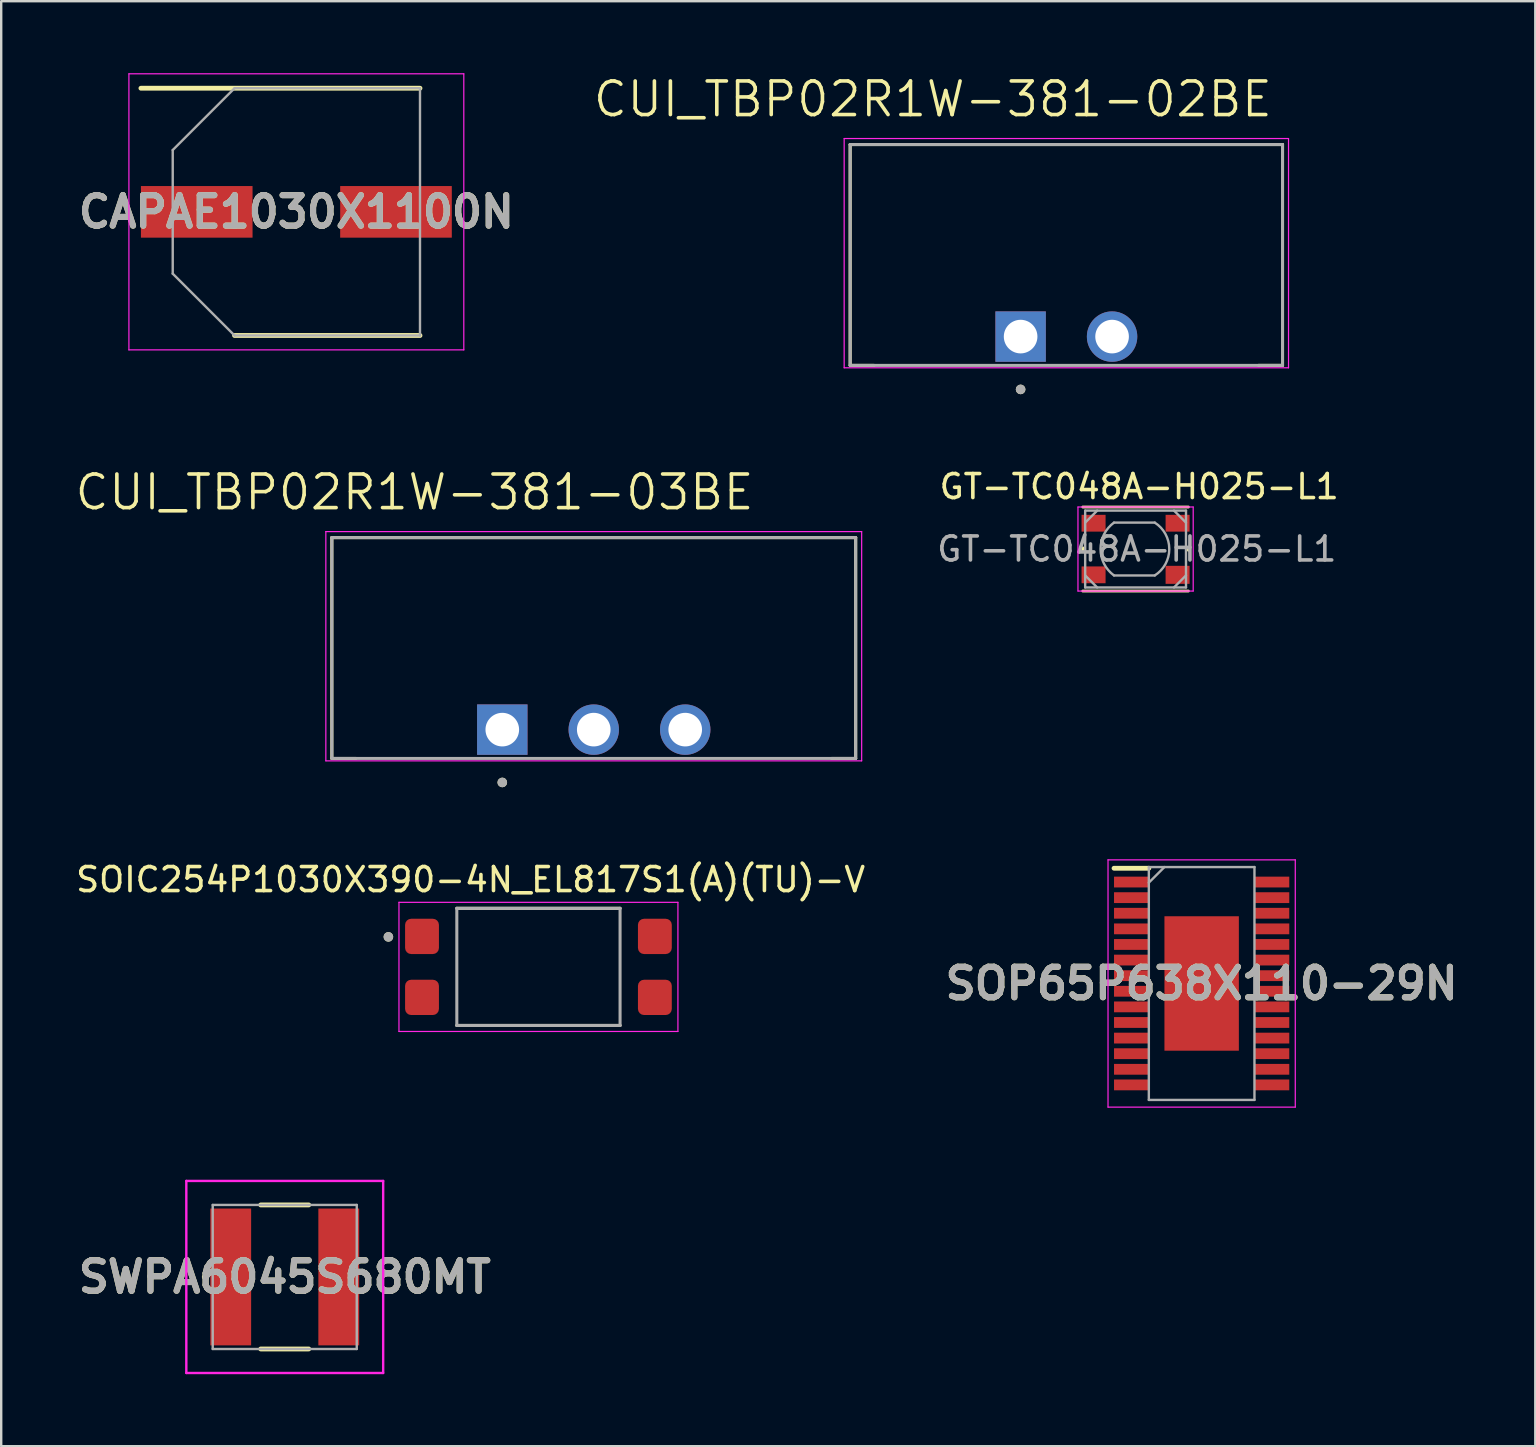
<source format=kicad_pcb>
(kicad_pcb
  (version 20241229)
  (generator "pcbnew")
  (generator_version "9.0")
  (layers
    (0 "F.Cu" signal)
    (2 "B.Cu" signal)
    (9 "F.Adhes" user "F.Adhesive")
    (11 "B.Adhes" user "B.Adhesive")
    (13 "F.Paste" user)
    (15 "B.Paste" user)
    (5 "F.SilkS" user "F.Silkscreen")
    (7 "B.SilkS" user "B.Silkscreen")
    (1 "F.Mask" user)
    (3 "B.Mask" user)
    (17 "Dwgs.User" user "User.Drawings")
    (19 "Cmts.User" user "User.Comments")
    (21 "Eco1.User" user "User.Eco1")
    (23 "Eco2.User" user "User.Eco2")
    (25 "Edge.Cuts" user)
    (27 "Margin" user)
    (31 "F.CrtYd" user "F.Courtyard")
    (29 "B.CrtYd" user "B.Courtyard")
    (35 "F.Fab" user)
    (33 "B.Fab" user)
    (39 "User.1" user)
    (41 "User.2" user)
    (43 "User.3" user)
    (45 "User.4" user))
  (footprint "CUI_TBP02R1W-381-03BE"
    (layer "F.Cu")
    (at 17.873 27.343)
    (property "Reference" "CUI_TBP02R1W-381-03BE" (at -3.655 -9.889 0) (layer "F.SilkS") (effects (font (size 1.4 1.4) (thickness 0.15))))
    (attr through_hole)
    (fp_line (start -7.1 -8) (end 14.72 -8) (stroke (width 0.127) (type solid)) (layer "F.SilkS"))
    (fp_line (start -7.1 1.2) (end -7.1 -8) (stroke (width 0.127) (type solid)) (layer "F.SilkS"))
    (fp_line (start -7.1 1.2) (end -6.1 1.2) (stroke (width 0.127) (type solid)) (layer "F.SilkS"))
    (fp_line (start 14.72 -8) (end 14.72 1.2) (stroke (width 0.127) (type solid)) (layer "F.SilkS"))
    (fp_line (start 14.72 1.2) (end 13.72 1.2) (stroke (width 0.127) (type solid)) (layer "F.SilkS"))
    (fp_circle (center 0 2.2) (end 0.1 2.2) (stroke (width 0.2) (type solid)) (fill no) (layer "F.SilkS"))
    (fp_line (start -7.35 -8.25) (end 14.97 -8.25) (stroke (width 0.05) (type solid)) (layer "F.CrtYd"))
    (fp_line (start -7.35 1.3) (end -7.35 -8.25) (stroke (width 0.05) (type solid)) (layer "F.CrtYd"))
    (fp_line (start 14.97 -8.25) (end 14.97 1.3) (stroke (width 0.05) (type solid)) (layer "F.CrtYd"))
    (fp_line (start 14.97 1.3) (end -7.35 1.3) (stroke (width 0.05) (type solid)) (layer "F.CrtYd"))
    (fp_line (start -7.1 -8) (end 14.72 -8) (stroke (width 0.127) (type solid)) (layer "F.Fab"))
    (fp_line (start -7.1 1.2) (end -7.1 -8) (stroke (width 0.127) (type solid)) (layer "F.Fab"))
    (fp_line (start 14.72 -8) (end 14.72 1.2) (stroke (width 0.127) (type solid)) (layer "F.Fab"))
    (fp_line (start 14.72 1.2) (end -7.1 1.2) (stroke (width 0.127) (type solid)) (layer "F.Fab"))
    (fp_circle (center 0 2.2) (end 0.1 2.2) (stroke (width 0.2) (type solid)) (fill no) (layer "F.Fab"))
    (pad "1" thru_hole rect (at 0 0) (size 2.1 2.1) (drill 1.4) (layers "*.Cu" "*.Mask"))
    (pad "2" thru_hole circle (at 3.81 0) (size 2.1 2.1) (drill 1.4) (layers "*.Cu" "*.Mask"))
    (pad "3" thru_hole circle (at 7.62 0) (size 2.1 2.1) (drill 1.4) (layers "*.Cu" "*.Mask")))
  (footprint "CAPAE1030X1100N"
    (layer "F.Cu")
    (at 9.295 5.775)
    (property "Reference" "CAPAE1030X1100N" (at 0 0 0) (layer "F.SilkS") (effects (font (size 1.27 1.27) (thickness 0.254))))
    (attr smd)
    (fp_line (start -6.475 -5.15) (end 5.15 -5.15) (stroke (width 0.2) (type solid)) (layer "F.SilkS"))
    (fp_line (start -2.575 5.15) (end 5.15 5.15) (stroke (width 0.2) (type solid)) (layer "F.SilkS"))
    (fp_line (start -6.975 -5.75) (end 6.975 -5.75) (stroke (width 0.05) (type solid)) (layer "F.CrtYd"))
    (fp_line (start -6.975 5.75) (end -6.975 -5.75) (stroke (width 0.05) (type solid)) (layer "F.CrtYd"))
    (fp_line (start 6.975 -5.75) (end 6.975 5.75) (stroke (width 0.05) (type solid)) (layer "F.CrtYd"))
    (fp_line (start 6.975 5.75) (end -6.975 5.75) (stroke (width 0.05) (type solid)) (layer "F.CrtYd"))
    (fp_line (start -5.15 -2.575) (end -5.15 2.575) (stroke (width 0.1) (type solid)) (layer "F.Fab"))
    (fp_line (start -5.15 2.575) (end -2.575 5.15) (stroke (width 0.1) (type solid)) (layer "F.Fab"))
    (fp_line (start -2.575 -5.15) (end -5.15 -2.575) (stroke (width 0.1) (type solid)) (layer "F.Fab"))
    (fp_line (start -2.575 5.15) (end 5.15 5.15) (stroke (width 0.1) (type solid)) (layer "F.Fab"))
    (fp_line (start 5.15 -5.15) (end -2.575 -5.15) (stroke (width 0.1) (type solid)) (layer "F.Fab"))
    (fp_line (start 5.15 5.15) (end 5.15 -5.15) (stroke (width 0.1) (type solid)) (layer "F.Fab"))
    (fp_text user "${REFERENCE}" (at 0 0 0) (layer "F.Fab") (effects (font (size 1.27 1.27) (thickness 0.254))))
    (pad "1" smd rect (at -4.15 0 90) (size 2.15 4.65) (layers "F.Cu" "F.Mask" "F.Paste"))
    (pad "2" smd rect (at 4.15 0 90) (size 2.15 4.65) (layers "F.Cu" "F.Mask" "F.Paste")))
  (footprint "SOIC254P1030X390-4N_EL817S1(A)(TU)-V"
    (layer "F.Cu")
    (at 19.379 37.226)
    (property "Reference" "SOIC254P1030X390-4N_EL817S1(A)(TU)-V" (at -2.825 -3.635 0) (layer "F.SilkS") (effects (font (size 1 1) (thickness 0.15))))
    (attr through_hole)
    (fp_line (start -3.4 -2.44) (end 3.4 -2.44) (stroke (width 0.127) (type solid)) (layer "F.SilkS"))
    (fp_line (start 3.4 2.44) (end -3.4 2.44) (stroke (width 0.127) (type solid)) (layer "F.SilkS"))
    (fp_circle (center -6.25 -1.25) (end -6.15 -1.25) (stroke (width 0.2) (type solid)) (fill no) (layer "F.SilkS"))
    (fp_line (start -5.81 -2.69) (end 5.81 -2.69) (stroke (width 0.05) (type solid)) (layer "F.CrtYd"))
    (fp_line (start -5.81 2.69) (end -5.81 -2.69) (stroke (width 0.05) (type solid)) (layer "F.CrtYd"))
    (fp_line (start 5.81 -2.69) (end 5.81 2.69) (stroke (width 0.05) (type solid)) (layer "F.CrtYd"))
    (fp_line (start 5.81 2.69) (end -5.81 2.69) (stroke (width 0.05) (type solid)) (layer "F.CrtYd"))
    (fp_line (start -3.4 -2.44) (end -3.4 2.44) (stroke (width 0.127) (type solid)) (layer "F.Fab"))
    (fp_line (start -3.4 2.44) (end 3.4 2.44) (stroke (width 0.127) (type solid)) (layer "F.Fab"))
    (fp_line (start 3.4 -2.44) (end -3.4 -2.44) (stroke (width 0.127) (type solid)) (layer "F.Fab"))
    (fp_line (start 3.4 2.44) (end 3.4 -2.44) (stroke (width 0.127) (type solid)) (layer "F.Fab"))
    (fp_circle (center -6.25 -1.25) (end -6.15 -1.25) (stroke (width 0.2) (type solid)) (fill no) (layer "F.Fab"))
    (pad "1" smd roundrect (at -4.85 -1.27) (size 1.41 1.47) (layers "F.Cu" "F.Mask" "F.Paste") (roundrect_rratio 0.18))
    (pad "2" smd roundrect (at -4.85 1.27) (size 1.41 1.47) (layers "F.Cu" "F.Mask" "F.Paste") (roundrect_rratio 0.18))
    (pad "3" smd roundrect (at 4.85 1.27 180) (size 1.41 1.47) (layers "F.Cu" "F.Mask" "F.Paste") (roundrect_rratio 0.18))
    (pad "4" smd roundrect (at 4.85 -1.27 180) (size 1.41 1.47) (layers "F.Cu" "F.Mask" "F.Paste") (roundrect_rratio 0.18)))
  (footprint "SWPA6045S680MT"
    (layer "F.Cu")
    (at 8.811 50.142)
    (property "Reference" "SWPA6045S680MT" (at 0 0 0) (layer "F.SilkS") (effects (font (size 1.27 1.27) (thickness 0.254))))
    (attr smd)
    (fp_line (start -3.4 0) (end -3.4 0) (stroke (width 0.1) (type solid)) (layer "F.SilkS"))
    (fp_line (start -3.3 0) (end -3.3 0) (stroke (width 0.1) (type solid)) (layer "F.SilkS"))
    (fp_line (start -1 -3) (end 1 -3) (stroke (width 0.2) (type solid)) (layer "F.SilkS"))
    (fp_line (start -1 3) (end 1 3) (stroke (width 0.2) (type solid)) (layer "F.SilkS"))
    (fp_arc (start -3.4 0) (mid -3.35 -0.05) (end -3.3 0) (stroke (width 0.1) (type solid)) (layer "F.SilkS"))
    (fp_arc (start -3.3 0) (mid -3.35 0.05) (end -3.4 0) (stroke (width 0.1) (type solid)) (layer "F.SilkS"))
    (fp_line (start -4.1 -4) (end 4.1 -4) (stroke (width 0.1) (type solid)) (layer "F.CrtYd"))
    (fp_line (start -4.1 4) (end -4.1 -4) (stroke (width 0.1) (type solid)) (layer "F.CrtYd"))
    (fp_line (start 4.1 -4) (end 4.1 4) (stroke (width 0.1) (type solid)) (layer "F.CrtYd"))
    (fp_line (start 4.1 4) (end -4.1 4) (stroke (width 0.1) (type solid)) (layer "F.CrtYd"))
    (fp_line (start -3 -3) (end -3 3) (stroke (width 0.1) (type solid)) (layer "F.Fab"))
    (fp_line (start -3 3) (end 3 3) (stroke (width 0.1) (type solid)) (layer "F.Fab"))
    (fp_line (start 3 -3) (end -3 -3) (stroke (width 0.1) (type solid)) (layer "F.Fab"))
    (fp_line (start 3 3) (end 3 -3) (stroke (width 0.1) (type solid)) (layer "F.Fab"))
    (fp_text user "${REFERENCE}" (at 0 0 0) (layer "F.Fab") (effects (font (size 1.27 1.27) (thickness 0.254))))
    (pad "1" smd rect (at -2.25 0) (size 1.7 5.7) (layers "F.Cu" "F.Mask" "F.Paste"))
    (pad "2" smd rect (at 2.25 0) (size 1.7 5.7) (layers "F.Cu" "F.Mask" "F.Paste")))
  (footprint "GT-TC048A-H025-L1"
    (layer "F.Cu")
    (at 44.253 19.82)
    (property "Reference" "GT-TC048A-H025-L1" (at 0.15 -2.6 0) (layer "F.SilkS") (effects (font (size 1 1) (thickness 0.15))))
    (attr smd)
    (fp_line (start -2.2 0.05) (end -2.2 -0.05) (stroke (width 0.12) (type solid)) (layer "F.SilkS"))
    (fp_line (start -2.2 1.75) (end 2.2 1.75) (stroke (width 0.12) (type solid)) (layer "F.SilkS"))
    (fp_line (start 2.2 -1.75) (end -2.2 -1.75) (stroke (width 0.12) (type solid)) (layer "F.SilkS"))
    (fp_line (start 2.2 0.05) (end 2.2 -0.05) (stroke (width 0.12) (type solid)) (layer "F.SilkS"))
    (fp_line (start -2.4 -1.75) (end 2.4 -1.75) (stroke (width 0.05) (type solid)) (layer "F.CrtYd"))
    (fp_line (start -2.4 1.75) (end -2.4 -1.75) (stroke (width 0.05) (type solid)) (layer "F.CrtYd"))
    (fp_line (start 2.4 -1.75) (end 2.4 1.75) (stroke (width 0.05) (type solid)) (layer "F.CrtYd"))
    (fp_line (start 2.4 1.75) (end -2.4 1.75) (stroke (width 0.05) (type solid)) (layer "F.CrtYd"))
    (fp_line (start -2.1 -1.6) (end 2.1 -1.6) (stroke (width 0.1) (type solid)) (layer "F.Fab"))
    (fp_line (start -2.1 -1.1) (end -1.6 -1.6) (stroke (width 0.1) (type solid)) (layer "F.Fab"))
    (fp_line (start -2.1 1.1) (end -1.6 1.6) (stroke (width 0.1) (type solid)) (layer "F.Fab"))
    (fp_line (start -2.1 1.6) (end -2.1 -1.6) (stroke (width 0.1) (type solid)) (layer "F.Fab"))
    (fp_line (start -0.9 -1.1) (end 0.8 -1.1) (stroke (width 0.1) (type solid)) (layer "F.Fab"))
    (fp_line (start 0.8 1.1) (end -0.9 1.1) (stroke (width 0.1) (type solid)) (layer "F.Fab"))
    (fp_line (start 1.6 -1.6) (end 2.1 -1.1) (stroke (width 0.1) (type solid)) (layer "F.Fab"))
    (fp_line (start 1.6 1.6) (end 2.1 1.1) (stroke (width 0.1) (type solid)) (layer "F.Fab"))
    (fp_line (start 2.1 -1.6) (end 2.1 1.6) (stroke (width 0.1) (type solid)) (layer "F.Fab"))
    (fp_line (start 2.1 1.6) (end -2.1 1.6) (stroke (width 0.1) (type solid)) (layer "F.Fab"))
    (fp_arc (start -0.9 1.099999) (mid -1.460147 0) (end -0.9 -1.099999) (stroke (width 0.1) (type solid)) (layer "F.Fab"))
    (fp_arc (start 0.8 -1.099999) (mid 1.40384 0) (end 0.799999 1.099999) (stroke (width 0.1) (type solid)) (layer "F.Fab"))
    (fp_text user "${REFERENCE}" (at 0.05 0 0) (layer "F.Fab") (effects (font (size 1 1) (thickness 0.15))))
    (pad "1" smd rect (at -1.75 -1.075) (size 1 0.7) (layers "F.Cu" "F.Mask" "F.Paste"))
    (pad "2" smd rect (at 1.75 -1.075) (size 1 0.7) (layers "F.Cu" "F.Mask" "F.Paste"))
    (pad "3" smd rect (at -1.75 1.075) (size 1 0.7) (layers "F.Cu" "F.Mask" "F.Paste"))
    (pad "4" smd rect (at 1.75 1.075) (size 1 0.75) (layers "F.Cu" "F.Mask" "F.Paste")))
  (footprint "SOP65P638X110-29N"
    (layer "F.Cu")
    (at 47.005 37.917)
    (property "Reference" "SOP65P638X110-29N" (at 0 0 0) (layer "F.SilkS") (effects (font (size 1.27 1.27) (thickness 0.254))))
    (attr smd)
    (fp_line (start -3.65 -4.8) (end -2.2 -4.8) (stroke (width 0.2) (type solid)) (layer "F.SilkS"))
    (fp_line (start -3.9 -5.15) (end 3.9 -5.15) (stroke (width 0.05) (type solid)) (layer "F.CrtYd"))
    (fp_line (start -3.9 5.15) (end -3.9 -5.15) (stroke (width 0.05) (type solid)) (layer "F.CrtYd"))
    (fp_line (start 3.9 -5.15) (end 3.9 5.15) (stroke (width 0.05) (type solid)) (layer "F.CrtYd"))
    (fp_line (start 3.9 5.15) (end -3.9 5.15) (stroke (width 0.05) (type solid)) (layer "F.CrtYd"))
    (fp_line (start -2.2 -4.85) (end 2.2 -4.85) (stroke (width 0.1) (type solid)) (layer "F.Fab"))
    (fp_line (start -2.2 -4.2) (end -1.55 -4.85) (stroke (width 0.1) (type solid)) (layer "F.Fab"))
    (fp_line (start -2.2 4.85) (end -2.2 -4.85) (stroke (width 0.1) (type solid)) (layer "F.Fab"))
    (fp_line (start 2.2 -4.85) (end 2.2 4.85) (stroke (width 0.1) (type solid)) (layer "F.Fab"))
    (fp_line (start 2.2 4.85) (end -2.2 4.85) (stroke (width 0.1) (type solid)) (layer "F.Fab"))
    (fp_text user "${REFERENCE}" (at 0 0 0) (layer "F.Fab") (effects (font (size 1.27 1.27) (thickness 0.254))))
    (pad "1" smd rect (at -2.925 -4.225 90) (size 0.45 1.45) (layers "F.Cu" "F.Mask" "F.Paste"))
    (pad "2" smd rect (at -2.925 -3.575 90) (size 0.45 1.45) (layers "F.Cu" "F.Mask" "F.Paste"))
    (pad "3" smd rect (at -2.925 -2.925 90) (size 0.45 1.45) (layers "F.Cu" "F.Mask" "F.Paste"))
    (pad "4" smd rect (at -2.925 -2.275 90) (size 0.45 1.45) (layers "F.Cu" "F.Mask" "F.Paste"))
    (pad "5" smd rect (at -2.925 -1.625 90) (size 0.45 1.45) (layers "F.Cu" "F.Mask" "F.Paste"))
    (pad "6" smd rect (at -2.925 -0.975 90) (size 0.45 1.45) (layers "F.Cu" "F.Mask" "F.Paste"))
    (pad "7" smd rect (at -2.925 -0.325 90) (size 0.45 1.45) (layers "F.Cu" "F.Mask" "F.Paste"))
    (pad "8" smd rect (at -2.925 0.325 90) (size 0.45 1.45) (layers "F.Cu" "F.Mask" "F.Paste"))
    (pad "9" smd rect (at -2.925 0.975 90) (size 0.45 1.45) (layers "F.Cu" "F.Mask" "F.Paste"))
    (pad "10" smd rect (at -2.925 1.625 90) (size 0.45 1.45) (layers "F.Cu" "F.Mask" "F.Paste"))
    (pad "11" smd rect (at -2.925 2.275 90) (size 0.45 1.45) (layers "F.Cu" "F.Mask" "F.Paste"))
    (pad "12" smd rect (at -2.925 2.925 90) (size 0.45 1.45) (layers "F.Cu" "F.Mask" "F.Paste"))
    (pad "13" smd rect (at -2.925 3.575 90) (size 0.45 1.45) (layers "F.Cu" "F.Mask" "F.Paste"))
    (pad "14" smd rect (at -2.925 4.225 90) (size 0.45 1.45) (layers "F.Cu" "F.Mask" "F.Paste"))
    (pad "15" smd rect (at 2.925 4.225 90) (size 0.45 1.45) (layers "F.Cu" "F.Mask" "F.Paste"))
    (pad "16" smd rect (at 2.925 3.575 90) (size 0.45 1.45) (layers "F.Cu" "F.Mask" "F.Paste"))
    (pad "17" smd rect (at 2.925 2.925 90) (size 0.45 1.45) (layers "F.Cu" "F.Mask" "F.Paste"))
    (pad "18" smd rect (at 2.925 2.275 90) (size 0.45 1.45) (layers "F.Cu" "F.Mask" "F.Paste"))
    (pad "19" smd rect (at 2.925 1.625 90) (size 0.45 1.45) (layers "F.Cu" "F.Mask" "F.Paste"))
    (pad "20" smd rect (at 2.925 0.975 90) (size 0.45 1.45) (layers "F.Cu" "F.Mask" "F.Paste"))
    (pad "21" smd rect (at 2.925 0.325 90) (size 0.45 1.45) (layers "F.Cu" "F.Mask" "F.Paste"))
    (pad "22" smd rect (at 2.925 -0.325 90) (size 0.45 1.45) (layers "F.Cu" "F.Mask" "F.Paste"))
    (pad "23" smd rect (at 2.925 -0.975 90) (size 0.45 1.45) (layers "F.Cu" "F.Mask" "F.Paste"))
    (pad "24" smd rect (at 2.925 -1.625 90) (size 0.45 1.45) (layers "F.Cu" "F.Mask" "F.Paste"))
    (pad "25" smd rect (at 2.925 -2.275 90) (size 0.45 1.45) (layers "F.Cu" "F.Mask" "F.Paste"))
    (pad "26" smd rect (at 2.925 -2.925 90) (size 0.45 1.45) (layers "F.Cu" "F.Mask" "F.Paste"))
    (pad "27" smd rect (at 2.925 -3.575 90) (size 0.45 1.45) (layers "F.Cu" "F.Mask" "F.Paste"))
    (pad "28" smd rect (at 2.925 -4.225 90) (size 0.45 1.45) (layers "F.Cu" "F.Mask" "F.Paste"))
    (pad "29" smd rect (at 0 0) (size 3.1 5.6) (layers "F.Cu" "F.Mask" "F.Paste")))
  (footprint "CUI_TBP02R1W-381-02BE"
    (layer "F.Cu")
    (at 39.464 10.971)
    (property "Reference" "CUI_TBP02R1W-381-02BE" (at -3.655 -9.889 0) (layer "F.SilkS") (effects (font (size 1.4 1.4) (thickness 0.15))))
    (attr through_hole)
    (fp_line (start -7.1 -8) (end 10.91 -8) (stroke (width 0.127) (type solid)) (layer "F.SilkS"))
    (fp_line (start -7.1 1.2) (end -7.1 -8) (stroke (width 0.127) (type solid)) (layer "F.SilkS"))
    (fp_line (start -7.1 1.2) (end -6.1 1.2) (stroke (width 0.127) (type solid)) (layer "F.SilkS"))
    (fp_line (start 10.91 -8) (end 10.91 1.2) (stroke (width 0.127) (type solid)) (layer "F.SilkS"))
    (fp_line (start 10.91 1.2) (end 9.91 1.2) (stroke (width 0.127) (type solid)) (layer "F.SilkS"))
    (fp_circle (center 0 2.2) (end 0.1 2.2) (stroke (width 0.2) (type solid)) (fill no) (layer "F.SilkS"))
    (fp_line (start -7.35 -8.25) (end 11.16 -8.25) (stroke (width 0.05) (type solid)) (layer "F.CrtYd"))
    (fp_line (start -7.35 1.3) (end -7.35 -8.25) (stroke (width 0.05) (type solid)) (layer "F.CrtYd"))
    (fp_line (start 11.16 -8.25) (end 11.16 1.3) (stroke (width 0.05) (type solid)) (layer "F.CrtYd"))
    (fp_line (start 11.16 1.3) (end -7.35 1.3) (stroke (width 0.05) (type solid)) (layer "F.CrtYd"))
    (fp_line (start -7.1 -8) (end 10.91 -8) (stroke (width 0.127) (type solid)) (layer "F.Fab"))
    (fp_line (start -7.1 1.2) (end -7.1 -8) (stroke (width 0.127) (type solid)) (layer "F.Fab"))
    (fp_line (start 10.91 -8) (end 10.91 1.2) (stroke (width 0.127) (type solid)) (layer "F.Fab"))
    (fp_line (start 10.91 1.2) (end -7.1 1.2) (stroke (width 0.127) (type solid)) (layer "F.Fab"))
    (fp_circle (center 0 2.2) (end 0.1 2.2) (stroke (width 0.2) (type solid)) (fill no) (layer "F.Fab"))
    (pad "1" thru_hole rect (at 0 0) (size 2.1 2.1) (drill 1.4) (layers "*.Cu" "*.Mask"))
    (pad "2" thru_hole circle (at 3.81 0) (size 2.1 2.1) (drill 1.4) (layers "*.Cu" "*.Mask")))
  (gr_rect
    (start -3 -3)
    (end 60.903 57.193)
    (stroke (width 0.1) (type default))
    (fill no)
    (layer "Edge.Cuts")))
</source>
